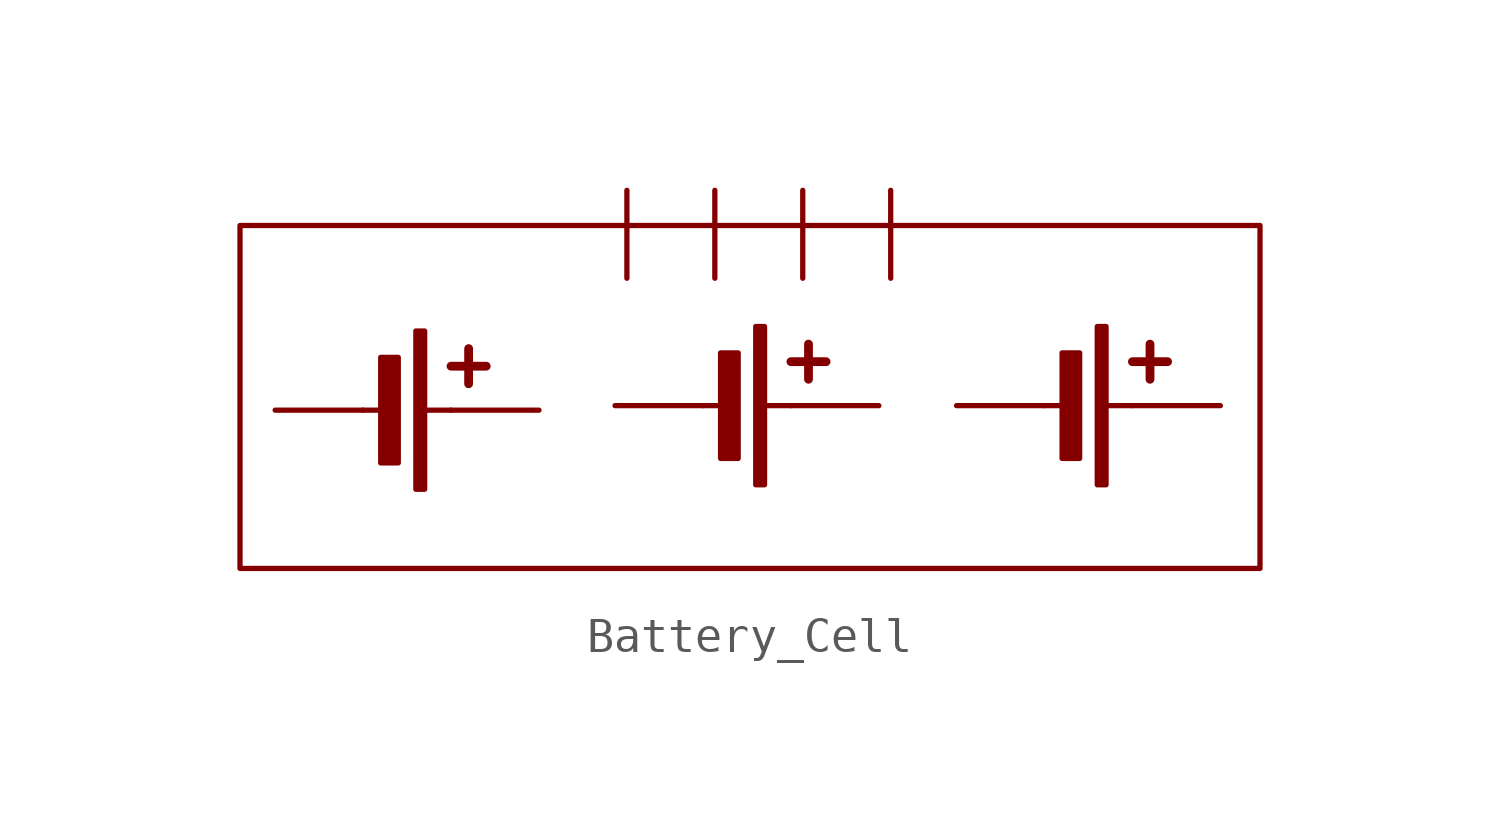
<source format=kicad_sym>
(kicad_symbol_lib
  (version 20231120)
  (generator "kicad_symbol_editor")
  (generator_version "8.0")
  (symbol "Battery_Cell"
    (pin_numbers hide)
    (pin_names
      (offset 0) hide)
    (property "Reference" "BT"
      (at -7.366 9.144 0)
      (effects (font (size 1.27 1.27)) (justify left) (hide yes)))
    (symbol "Battery_Cell_0_1"
      (rectangle (start -14.986 5.334) (end 14.478 -4.572) (stroke (width 0) (type default)) (fill (type none)))
      (rectangle (start -10.922 1.524) (end -10.414 -1.524) (stroke (width 0) (type default)) (fill (type outline)))
      (rectangle (start -9.652 -2.286) (end -9.906 2.286) (stroke (width 0) (type default)) (fill (type outline)))
      (rectangle (start -0.596 -1.394) (end -1.104 1.654) (stroke (width 0) (type default)) (fill (type outline)))
      (polyline (pts (xy -10.668 0) (xy -11.43 0)) (stroke (width 0) (type default)) (fill (type none)))
      (polyline (pts (xy -9.652 0) (xy -8.89 0)) (stroke (width 0) (type default)) (fill (type none)))
      (polyline (pts (xy -8.382 0.762) (xy -8.382 1.778)) (stroke (width 0.254) (type default)) (fill (type none)))
      (polyline (pts (xy -7.874 1.27) (xy -8.89 1.27)) (stroke (width 0.254) (type default)) (fill (type none)))
      (polyline (pts (xy -0.85 0.13) (xy -1.612 0.13)) (stroke (width 0) (type default)) (fill (type none)))
      (polyline (pts (xy 0.166 0.13) (xy 0.928 0.13)) (stroke (width 0) (type default)) (fill (type none)))
      (polyline (pts (xy 1.436 0.892) (xy 1.436 1.908)) (stroke (width 0.254) (type default)) (fill (type none)))
      (polyline (pts (xy 1.944 1.4) (xy 0.928 1.4)) (stroke (width 0.254) (type default)) (fill (type none)))
      (polyline (pts (xy 9.015 0.13) (xy 8.253 0.13)) (stroke (width 0) (type default)) (fill (type none)))
      (polyline (pts (xy 10.031 0.13) (xy 10.793 0.13)) (stroke (width 0) (type default)) (fill (type none)))
      (polyline (pts (xy 11.301 0.892) (xy 11.301 1.908)) (stroke (width 0.254) (type default)) (fill (type none)))
      (polyline (pts (xy 11.809 1.4) (xy 10.793 1.4)) (stroke (width 0.254) (type default)) (fill (type none)))
      (rectangle (start 0.166 -2.156) (end -0.088 2.416) (stroke (width 0) (type default)) (fill (type outline)))
      (rectangle (start 9.269 -1.394) (end 8.761 1.654) (stroke (width 0) (type default)) (fill (type outline)))
      (rectangle (start 10.031 -2.156) (end 9.777 2.416) (stroke (width 0) (type default)) (fill (type outline))))
    (symbol "Battery_Cell_1_1"
      (pin bidirectional line (at -3.81 6.35 270) (length 2.54) (name "" (effects (font (size 1.27 1.27)))) (number "" (effects (font (size 1.27 1.27)))))
      (pin bidirectional line (at -1.27 6.35 270) (length 2.54) (name "" (effects (font (size 1.27 1.27)))) (number "" (effects (font (size 1.27 1.27)))))
      (pin bidirectional line (at 1.27 6.35 270) (length 2.54) (name "" (effects (font (size 1.27 1.27)))) (number "" (effects (font (size 1.27 1.27)))))
      (pin bidirectional line (at 3.81 6.35 270) (length 2.54) (name "" (effects (font (size 1.27 1.27)))) (number "" (effects (font (size 1.27 1.27)))))
      (pin passive line (at -6.35 0 180) (length 2.54) (name "+" (effects (font (size 1.27 1.27)))) (number "1" (effects (font (size 1.27 1.27)))))
      (pin passive line (at 3.468 0.13 180) (length 2.54) (name "+" (effects (font (size 1.27 1.27)))) (number "1" (effects (font (size 1.27 1.27)))))
      (pin passive line (at 13.333 0.13 180) (length 2.54) (name "+" (effects (font (size 1.27 1.27)))) (number "1" (effects (font (size 1.27 1.27)))))
      (pin passive line (at -13.97 0 0) (length 2.54) (name "-" (effects (font (size 1.27 1.27)))) (number "2" (effects (font (size 1.27 1.27)))))
      (pin passive line (at -4.152 0.13 0) (length 2.54) (name "-" (effects (font (size 1.27 1.27)))) (number "2" (effects (font (size 1.27 1.27)))))
      (pin passive line (at 5.713 0.13 0) (length 2.54) (name "-" (effects (font (size 1.27 1.27)))) (number "2" (effects (font (size 1.27 1.27))))))))
</source>
